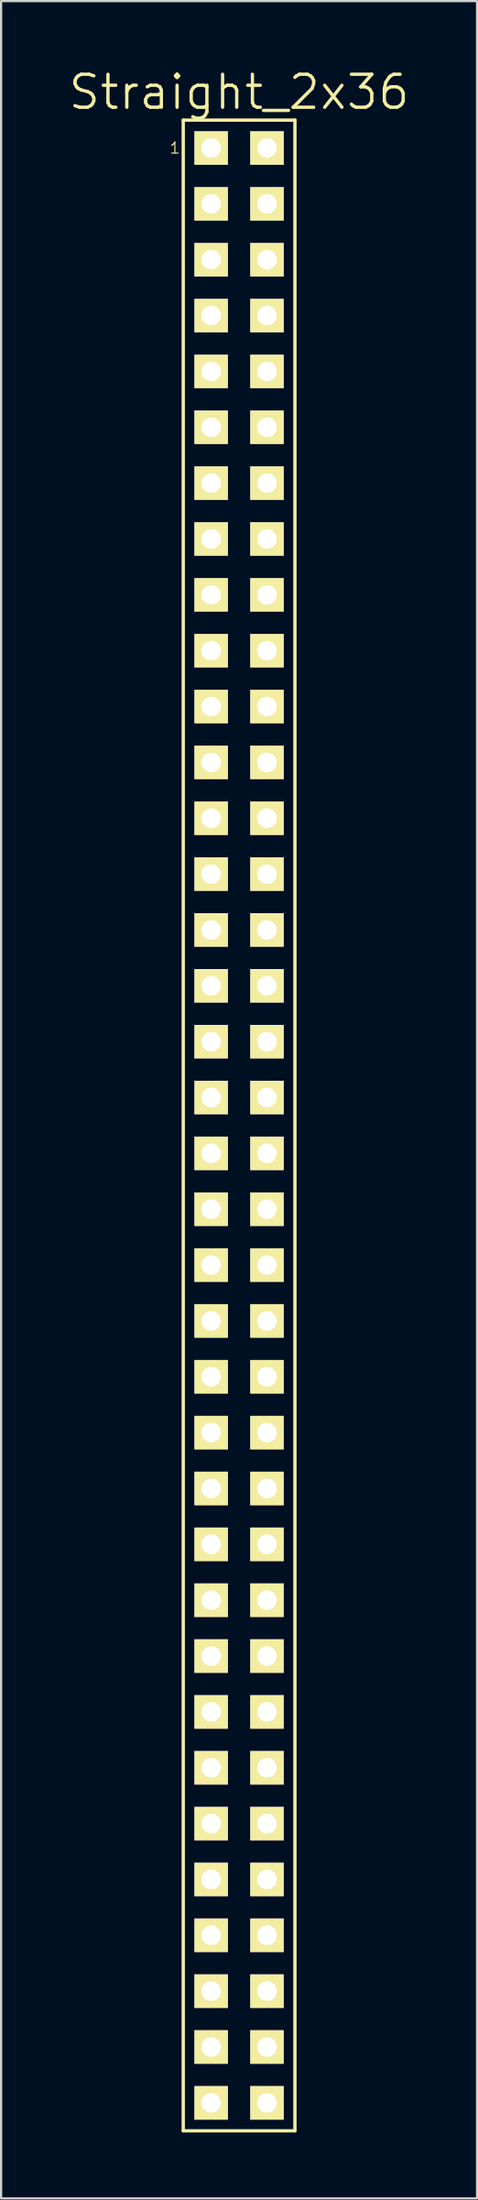
<source format=kicad_pcb>
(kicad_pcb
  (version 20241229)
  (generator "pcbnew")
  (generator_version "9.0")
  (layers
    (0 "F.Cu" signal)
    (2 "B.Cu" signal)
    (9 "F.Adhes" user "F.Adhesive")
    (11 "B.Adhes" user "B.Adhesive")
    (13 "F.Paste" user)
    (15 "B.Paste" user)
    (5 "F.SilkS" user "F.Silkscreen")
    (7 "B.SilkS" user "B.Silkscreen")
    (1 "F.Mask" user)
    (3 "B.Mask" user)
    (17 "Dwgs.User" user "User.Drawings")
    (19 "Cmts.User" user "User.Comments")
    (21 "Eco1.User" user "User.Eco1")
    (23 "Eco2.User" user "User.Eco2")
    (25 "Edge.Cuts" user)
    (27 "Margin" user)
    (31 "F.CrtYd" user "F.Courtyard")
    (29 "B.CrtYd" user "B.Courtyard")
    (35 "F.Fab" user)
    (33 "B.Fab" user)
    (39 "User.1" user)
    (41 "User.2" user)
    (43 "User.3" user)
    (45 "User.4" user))
  (footprint "Straight_2x36"
    (layer "F.Cu")
    (at 7.825 48.131)
    (property "Reference" "Straight_2x36" (at 0 -46.99 0) (layer "F.SilkS") (effects (font (size 1.5 1.5) (thickness 0.15))))
    (attr through_hole)
    (fp_line (start -2.54 -45.72) (end 2.54 -45.72) (stroke (width 0.15) (type solid)) (layer "F.SilkS"))
    (fp_line (start -2.54 45.72) (end -2.54 -45.72) (stroke (width 0.15) (type solid)) (layer "F.SilkS"))
    (fp_line (start 2.54 -45.72) (end 2.54 45.72) (stroke (width 0.15) (type solid)) (layer "F.SilkS"))
    (fp_line (start 2.54 45.72) (end -2.54 45.72) (stroke (width 0.15) (type solid)) (layer "F.SilkS"))
    (fp_text user "1" (at -2.921 -44.45 0) (layer "F.SilkS") (effects (font (size 0.5 0.5) (thickness 0.05))))
    (pad "1" thru_hole rect (at -1.27 -44.45) (size 1.524 1.524) (drill 0.889) (layers "*.Cu" "*.Mask" "F.SilkS"))
    (pad "2" thru_hole rect (at 1.27 -44.45) (size 1.524 1.524) (drill 0.889) (layers "*.Cu" "*.Mask" "F.SilkS"))
    (pad "3" thru_hole rect (at -1.27 -41.91) (size 1.524 1.524) (drill 0.889) (layers "*.Cu" "*.Mask" "F.SilkS"))
    (pad "4" thru_hole rect (at 1.27 -41.91) (size 1.524 1.524) (drill 0.889) (layers "*.Cu" "*.Mask" "F.SilkS"))
    (pad "5" thru_hole rect (at -1.27 -39.37) (size 1.524 1.524) (drill 0.889) (layers "*.Cu" "*.Mask" "F.SilkS"))
    (pad "6" thru_hole rect (at 1.27 -39.37) (size 1.524 1.524) (drill 0.889) (layers "*.Cu" "*.Mask" "F.SilkS"))
    (pad "7" thru_hole rect (at -1.27 -36.83) (size 1.524 1.524) (drill 0.889) (layers "*.Cu" "*.Mask" "F.SilkS"))
    (pad "8" thru_hole rect (at 1.27 -36.83) (size 1.524 1.524) (drill 0.889) (layers "*.Cu" "*.Mask" "F.SilkS"))
    (pad "9" thru_hole rect (at -1.27 -34.29) (size 1.524 1.524) (drill 0.889) (layers "*.Cu" "*.Mask" "F.SilkS"))
    (pad "10" thru_hole rect (at 1.27 -34.29) (size 1.524 1.524) (drill 0.889) (layers "*.Cu" "*.Mask" "F.SilkS"))
    (pad "11" thru_hole rect (at -1.27 -31.75) (size 1.524 1.524) (drill 0.889) (layers "*.Cu" "*.Mask" "F.SilkS"))
    (pad "12" thru_hole rect (at 1.27 -31.75) (size 1.524 1.524) (drill 0.889) (layers "*.Cu" "*.Mask" "F.SilkS"))
    (pad "13" thru_hole rect (at -1.27 -29.21) (size 1.524 1.524) (drill 0.889) (layers "*.Cu" "*.Mask" "F.SilkS"))
    (pad "14" thru_hole rect (at 1.27 -29.21) (size 1.524 1.524) (drill 0.889) (layers "*.Cu" "*.Mask" "F.SilkS"))
    (pad "15" thru_hole rect (at -1.27 -26.67) (size 1.524 1.524) (drill 0.889) (layers "*.Cu" "*.Mask" "F.SilkS"))
    (pad "16" thru_hole rect (at 1.27 -26.67) (size 1.524 1.524) (drill 0.889) (layers "*.Cu" "*.Mask" "F.SilkS"))
    (pad "17" thru_hole rect (at -1.27 -24.13) (size 1.524 1.524) (drill 0.889) (layers "*.Cu" "*.Mask" "F.SilkS"))
    (pad "18" thru_hole rect (at 1.27 -24.13) (size 1.524 1.524) (drill 0.889) (layers "*.Cu" "*.Mask" "F.SilkS"))
    (pad "19" thru_hole rect (at -1.27 -21.59) (size 1.524 1.524) (drill 0.889) (layers "*.Cu" "*.Mask" "F.SilkS"))
    (pad "20" thru_hole rect (at 1.27 -21.59) (size 1.524 1.524) (drill 0.889) (layers "*.Cu" "*.Mask" "F.SilkS"))
    (pad "21" thru_hole rect (at -1.27 -19.05) (size 1.524 1.524) (drill 0.889) (layers "*.Cu" "*.Mask" "F.SilkS"))
    (pad "22" thru_hole rect (at 1.27 -19.05) (size 1.524 1.524) (drill 0.889) (layers "*.Cu" "*.Mask" "F.SilkS"))
    (pad "23" thru_hole rect (at -1.27 -16.51) (size 1.524 1.524) (drill 0.889) (layers "*.Cu" "*.Mask" "F.SilkS"))
    (pad "24" thru_hole rect (at 1.27 -16.51) (size 1.524 1.524) (drill 0.889) (layers "*.Cu" "*.Mask" "F.SilkS"))
    (pad "25" thru_hole rect (at -1.27 -13.97) (size 1.524 1.524) (drill 0.889) (layers "*.Cu" "*.Mask" "F.SilkS"))
    (pad "26" thru_hole rect (at 1.27 -13.97) (size 1.524 1.524) (drill 0.889) (layers "*.Cu" "*.Mask" "F.SilkS"))
    (pad "27" thru_hole rect (at -1.27 -11.43) (size 1.524 1.524) (drill 0.889) (layers "*.Cu" "*.Mask" "F.SilkS"))
    (pad "28" thru_hole rect (at 1.27 -11.43) (size 1.524 1.524) (drill 0.889) (layers "*.Cu" "*.Mask" "F.SilkS"))
    (pad "29" thru_hole rect (at -1.27 -8.89) (size 1.524 1.524) (drill 0.889) (layers "*.Cu" "*.Mask" "F.SilkS"))
    (pad "30" thru_hole rect (at 1.27 -8.89) (size 1.524 1.524) (drill 0.889) (layers "*.Cu" "*.Mask" "F.SilkS"))
    (pad "31" thru_hole rect (at -1.27 -6.35) (size 1.524 1.524) (drill 0.889) (layers "*.Cu" "*.Mask" "F.SilkS"))
    (pad "32" thru_hole rect (at 1.27 -6.35) (size 1.524 1.524) (drill 0.889) (layers "*.Cu" "*.Mask" "F.SilkS"))
    (pad "33" thru_hole rect (at -1.27 -3.81) (size 1.524 1.524) (drill 0.889) (layers "*.Cu" "*.Mask" "F.SilkS"))
    (pad "34" thru_hole rect (at 1.27 -3.81) (size 1.524 1.524) (drill 0.889) (layers "*.Cu" "*.Mask" "F.SilkS"))
    (pad "35" thru_hole rect (at -1.27 -1.27) (size 1.524 1.524) (drill 0.889) (layers "*.Cu" "*.Mask" "F.SilkS"))
    (pad "36" thru_hole rect (at 1.27 -1.27) (size 1.524 1.524) (drill 0.889) (layers "*.Cu" "*.Mask" "F.SilkS"))
    (pad "37" thru_hole rect (at -1.27 1.27) (size 1.524 1.524) (drill 0.889) (layers "*.Cu" "*.Mask" "F.SilkS"))
    (pad "38" thru_hole rect (at 1.27 1.27) (size 1.524 1.524) (drill 0.889) (layers "*.Cu" "*.Mask" "F.SilkS"))
    (pad "39" thru_hole rect (at -1.27 3.81) (size 1.524 1.524) (drill 0.889) (layers "*.Cu" "*.Mask" "F.SilkS"))
    (pad "40" thru_hole rect (at 1.27 3.81) (size 1.524 1.524) (drill 0.889) (layers "*.Cu" "*.Mask" "F.SilkS"))
    (pad "41" thru_hole rect (at -1.27 6.35) (size 1.524 1.524) (drill 0.889) (layers "*.Cu" "*.Mask" "F.SilkS"))
    (pad "42" thru_hole rect (at 1.27 6.35) (size 1.524 1.524) (drill 0.889) (layers "*.Cu" "*.Mask" "F.SilkS"))
    (pad "43" thru_hole rect (at -1.27 8.89) (size 1.524 1.524) (drill 0.889) (layers "*.Cu" "*.Mask" "F.SilkS"))
    (pad "44" thru_hole rect (at 1.27 8.89) (size 1.524 1.524) (drill 0.889) (layers "*.Cu" "*.Mask" "F.SilkS"))
    (pad "45" thru_hole rect (at -1.27 11.43) (size 1.524 1.524) (drill 0.889) (layers "*.Cu" "*.Mask" "F.SilkS"))
    (pad "46" thru_hole rect (at 1.27 11.43) (size 1.524 1.524) (drill 0.889) (layers "*.Cu" "*.Mask" "F.SilkS"))
    (pad "47" thru_hole rect (at -1.27 13.97) (size 1.524 1.524) (drill 0.889) (layers "*.Cu" "*.Mask" "F.SilkS"))
    (pad "48" thru_hole rect (at 1.27 13.97) (size 1.524 1.524) (drill 0.889) (layers "*.Cu" "*.Mask" "F.SilkS"))
    (pad "49" thru_hole rect (at -1.27 16.51) (size 1.524 1.524) (drill 0.889) (layers "*.Cu" "*.Mask" "F.SilkS"))
    (pad "50" thru_hole rect (at 1.27 16.51) (size 1.524 1.524) (drill 0.889) (layers "*.Cu" "*.Mask" "F.SilkS"))
    (pad "51" thru_hole rect (at -1.27 19.05) (size 1.524 1.524) (drill 0.889) (layers "*.Cu" "*.Mask" "F.SilkS"))
    (pad "52" thru_hole rect (at 1.27 19.05) (size 1.524 1.524) (drill 0.889) (layers "*.Cu" "*.Mask" "F.SilkS"))
    (pad "53" thru_hole rect (at -1.27 21.59) (size 1.524 1.524) (drill 0.889) (layers "*.Cu" "*.Mask" "F.SilkS"))
    (pad "54" thru_hole rect (at 1.27 21.59) (size 1.524 1.524) (drill 0.889) (layers "*.Cu" "*.Mask" "F.SilkS"))
    (pad "55" thru_hole rect (at -1.27 24.13) (size 1.524 1.524) (drill 0.889) (layers "*.Cu" "*.Mask" "F.SilkS"))
    (pad "56" thru_hole rect (at 1.27 24.13) (size 1.524 1.524) (drill 0.889) (layers "*.Cu" "*.Mask" "F.SilkS"))
    (pad "57" thru_hole rect (at -1.27 26.67) (size 1.524 1.524) (drill 0.889) (layers "*.Cu" "*.Mask" "F.SilkS"))
    (pad "58" thru_hole rect (at 1.27 26.67) (size 1.524 1.524) (drill 0.889) (layers "*.Cu" "*.Mask" "F.SilkS"))
    (pad "59" thru_hole rect (at -1.27 29.21) (size 1.524 1.524) (drill 0.889) (layers "*.Cu" "*.Mask" "F.SilkS"))
    (pad "60" thru_hole rect (at 1.27 29.21) (size 1.524 1.524) (drill 0.889) (layers "*.Cu" "*.Mask" "F.SilkS"))
    (pad "61" thru_hole rect (at -1.27 31.75) (size 1.524 1.524) (drill 0.889) (layers "*.Cu" "*.Mask" "F.SilkS"))
    (pad "62" thru_hole rect (at 1.27 31.75) (size 1.524 1.524) (drill 0.889) (layers "*.Cu" "*.Mask" "F.SilkS"))
    (pad "63" thru_hole rect (at -1.27 34.29) (size 1.524 1.524) (drill 0.889) (layers "*.Cu" "*.Mask" "F.SilkS"))
    (pad "64" thru_hole rect (at 1.27 34.29) (size 1.524 1.524) (drill 0.889) (layers "*.Cu" "*.Mask" "F.SilkS"))
    (pad "65" thru_hole rect (at -1.27 36.83) (size 1.524 1.524) (drill 0.889) (layers "*.Cu" "*.Mask" "F.SilkS"))
    (pad "66" thru_hole rect (at 1.27 36.83) (size 1.524 1.524) (drill 0.889) (layers "*.Cu" "*.Mask" "F.SilkS"))
    (pad "67" thru_hole rect (at -1.27 39.37) (size 1.524 1.524) (drill 0.889) (layers "*.Cu" "*.Mask" "F.SilkS"))
    (pad "68" thru_hole rect (at 1.27 39.37) (size 1.524 1.524) (drill 0.889) (layers "*.Cu" "*.Mask" "F.SilkS"))
    (pad "69" thru_hole rect (at -1.27 41.91) (size 1.524 1.524) (drill 0.889) (layers "*.Cu" "*.Mask" "F.SilkS"))
    (pad "70" thru_hole rect (at 1.27 41.91) (size 1.524 1.524) (drill 0.889) (layers "*.Cu" "*.Mask" "F.SilkS"))
    (pad "71" thru_hole rect (at -1.27 44.45) (size 1.524 1.524) (drill 0.889) (layers "*.Cu" "*.Mask" "F.SilkS"))
    (pad "72" thru_hole rect (at 1.27 44.45) (size 1.524 1.524) (drill 0.889) (layers "*.Cu" "*.Mask" "F.SilkS")))
  (gr_rect
    (start -3 -3)
    (end 18.65 96.926)
    (stroke (width 0.1) (type default))
    (fill no)
    (layer "Edge.Cuts")))
</source>
